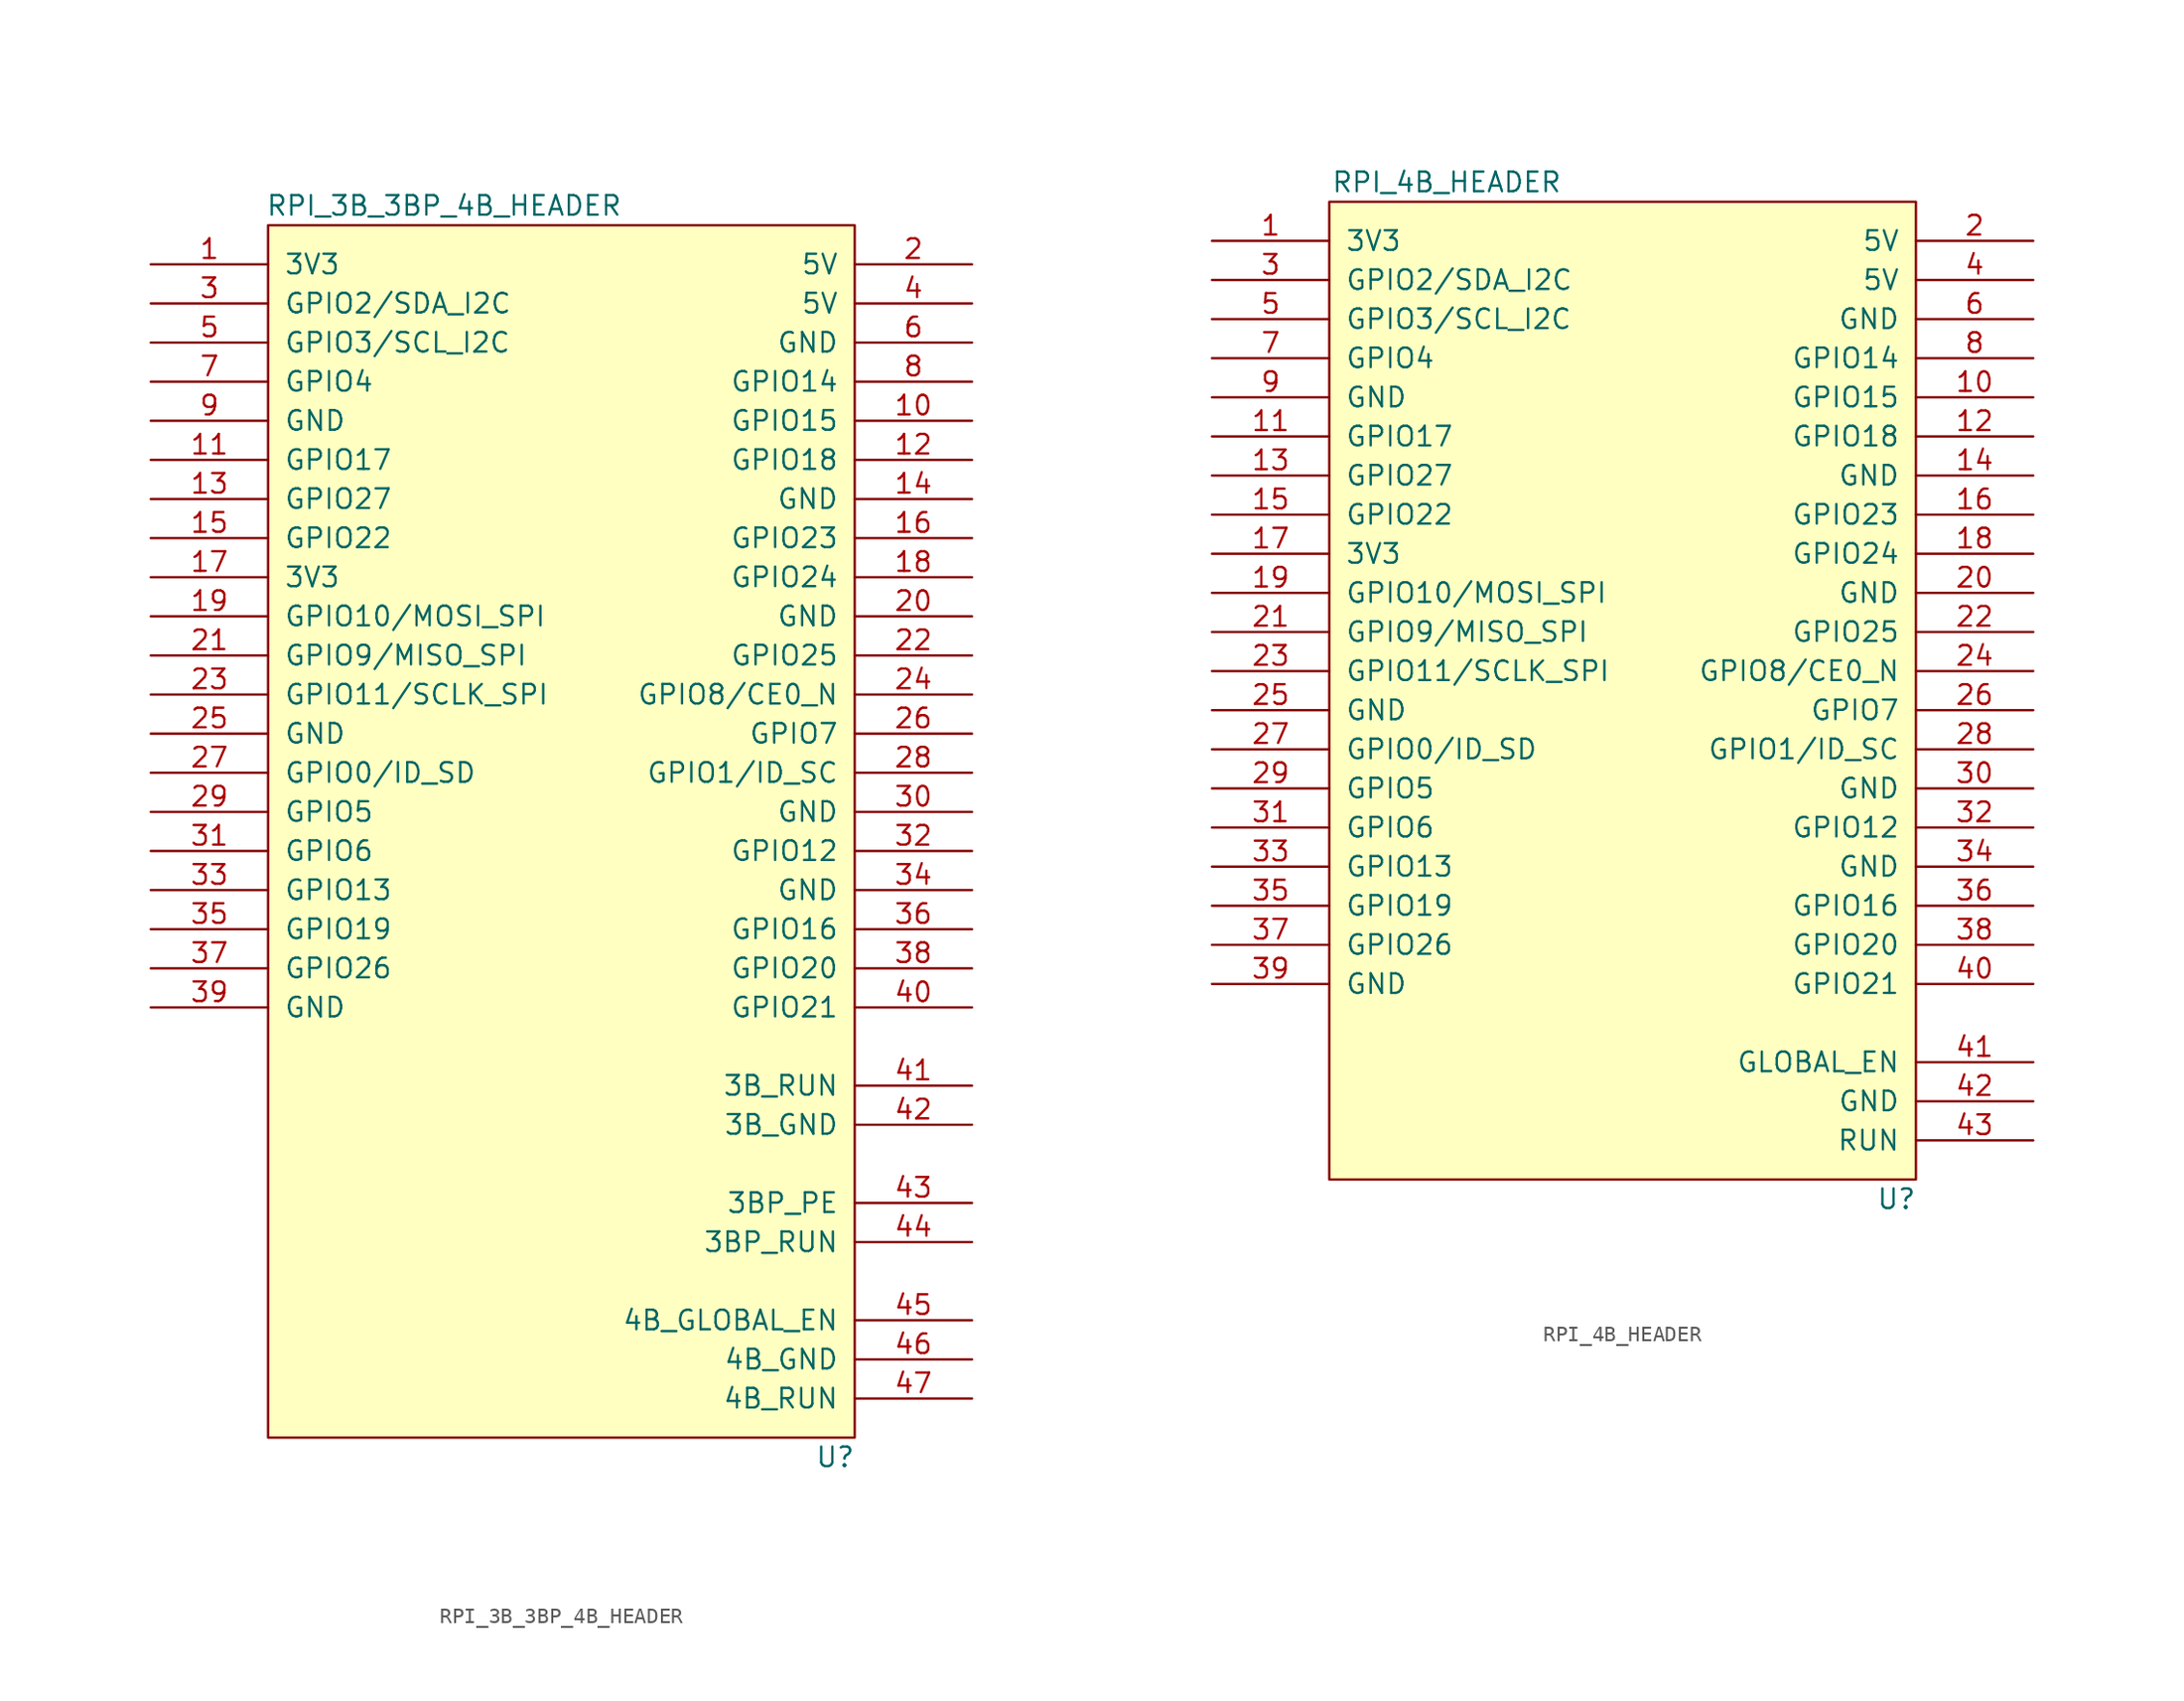
<source format=kicad_sym>
(kicad_symbol_lib
  (version 20211014)
  (generator kicad_symbol_editor)
  (symbol "RPI_3B_3BP_4B_HEADER"
    (pin_names
      (offset 1.016))
    (property "Reference" "U"
      (at 17.78 -80.01 0)
      (effects (font (size 1.27 1.27))))
    (property "Value" "RPI_3B_3BP_4B_HEADER"
      (at -7.62 1.27 0)
      (effects (font (size 1.27 1.27))))
    (symbol "RPI_3B_3BP_4B_HEADER_0_1"
      (rectangle (start -19.05 0) (end 19.05 -78.74) (stroke (width 0) (type default) (color 0 0 0 0)) (fill (type background))))
    (symbol "RPI_3B_3BP_4B_HEADER_1_1"
      (pin input line (at -26.67 -2.54 0) (length 7.62) (name "3V3" (effects (font (size 1.27 1.27)))) (number "1" (effects (font (size 1.27 1.27)))))
      (pin input line (at 26.67 -12.7 180) (length 7.62) (name "GPIO15" (effects (font (size 1.27 1.27)))) (number "10" (effects (font (size 1.27 1.27)))))
      (pin input line (at -26.67 -15.24 0) (length 7.62) (name "GPIO17" (effects (font (size 1.27 1.27)))) (number "11" (effects (font (size 1.27 1.27)))))
      (pin input line (at 26.67 -15.24 180) (length 7.62) (name "GPIO18" (effects (font (size 1.27 1.27)))) (number "12" (effects (font (size 1.27 1.27)))))
      (pin input line (at -26.67 -17.78 0) (length 7.62) (name "GPIO27" (effects (font (size 1.27 1.27)))) (number "13" (effects (font (size 1.27 1.27)))))
      (pin input line (at 26.67 -17.78 180) (length 7.62) (name "GND" (effects (font (size 1.27 1.27)))) (number "14" (effects (font (size 1.27 1.27)))))
      (pin input line (at -26.67 -20.32 0) (length 7.62) (name "GPIO22" (effects (font (size 1.27 1.27)))) (number "15" (effects (font (size 1.27 1.27)))))
      (pin input line (at 26.67 -20.32 180) (length 7.62) (name "GPIO23" (effects (font (size 1.27 1.27)))) (number "16" (effects (font (size 1.27 1.27)))))
      (pin input line (at -26.67 -22.86 0) (length 7.62) (name "3V3" (effects (font (size 1.27 1.27)))) (number "17" (effects (font (size 1.27 1.27)))))
      (pin input line (at 26.67 -22.86 180) (length 7.62) (name "GPIO24" (effects (font (size 1.27 1.27)))) (number "18" (effects (font (size 1.27 1.27)))))
      (pin input line (at -26.67 -25.4 0) (length 7.62) (name "GPIO10/MOSI_SPI" (effects (font (size 1.27 1.27)))) (number "19" (effects (font (size 1.27 1.27)))))
      (pin input line (at 26.67 -2.54 180) (length 7.62) (name "5V" (effects (font (size 1.27 1.27)))) (number "2" (effects (font (size 1.27 1.27)))))
      (pin input line (at 26.67 -25.4 180) (length 7.62) (name "GND" (effects (font (size 1.27 1.27)))) (number "20" (effects (font (size 1.27 1.27)))))
      (pin input line (at -26.67 -27.94 0) (length 7.62) (name "GPIO9/MISO_SPI" (effects (font (size 1.27 1.27)))) (number "21" (effects (font (size 1.27 1.27)))))
      (pin input line (at 26.67 -27.94 180) (length 7.62) (name "GPIO25" (effects (font (size 1.27 1.27)))) (number "22" (effects (font (size 1.27 1.27)))))
      (pin input line (at -26.67 -30.48 0) (length 7.62) (name "GPIO11/SCLK_SPI" (effects (font (size 1.27 1.27)))) (number "23" (effects (font (size 1.27 1.27)))))
      (pin input line (at 26.67 -30.48 180) (length 7.62) (name "GPIO8/CE0_N" (effects (font (size 1.27 1.27)))) (number "24" (effects (font (size 1.27 1.27)))))
      (pin input line (at -26.67 -33.02 0) (length 7.62) (name "GND" (effects (font (size 1.27 1.27)))) (number "25" (effects (font (size 1.27 1.27)))))
      (pin input line (at 26.67 -33.02 180) (length 7.62) (name "GPIO7" (effects (font (size 1.27 1.27)))) (number "26" (effects (font (size 1.27 1.27)))))
      (pin input line (at -26.67 -35.56 0) (length 7.62) (name "GPIO0/ID_SD" (effects (font (size 1.27 1.27)))) (number "27" (effects (font (size 1.27 1.27)))))
      (pin input line (at 26.67 -35.56 180) (length 7.62) (name "GPIO1/ID_SC" (effects (font (size 1.27 1.27)))) (number "28" (effects (font (size 1.27 1.27)))))
      (pin input line (at -26.67 -38.1 0) (length 7.62) (name "GPIO5" (effects (font (size 1.27 1.27)))) (number "29" (effects (font (size 1.27 1.27)))))
      (pin input line (at -26.67 -5.08 0) (length 7.62) (name "GPIO2/SDA_I2C" (effects (font (size 1.27 1.27)))) (number "3" (effects (font (size 1.27 1.27)))))
      (pin input line (at 26.67 -38.1 180) (length 7.62) (name "GND" (effects (font (size 1.27 1.27)))) (number "30" (effects (font (size 1.27 1.27)))))
      (pin input line (at -26.67 -40.64 0) (length 7.62) (name "GPIO6" (effects (font (size 1.27 1.27)))) (number "31" (effects (font (size 1.27 1.27)))))
      (pin input line (at 26.67 -40.64 180) (length 7.62) (name "GPIO12" (effects (font (size 1.27 1.27)))) (number "32" (effects (font (size 1.27 1.27)))))
      (pin input line (at -26.67 -43.18 0) (length 7.62) (name "GPIO13" (effects (font (size 1.27 1.27)))) (number "33" (effects (font (size 1.27 1.27)))))
      (pin input line (at 26.67 -43.18 180) (length 7.62) (name "GND" (effects (font (size 1.27 1.27)))) (number "34" (effects (font (size 1.27 1.27)))))
      (pin input line (at -26.67 -45.72 0) (length 7.62) (name "GPIO19" (effects (font (size 1.27 1.27)))) (number "35" (effects (font (size 1.27 1.27)))))
      (pin input line (at 26.67 -45.72 180) (length 7.62) (name "GPIO16" (effects (font (size 1.27 1.27)))) (number "36" (effects (font (size 1.27 1.27)))))
      (pin input line (at -26.67 -48.26 0) (length 7.62) (name "GPIO26" (effects (font (size 1.27 1.27)))) (number "37" (effects (font (size 1.27 1.27)))))
      (pin input line (at 26.67 -48.26 180) (length 7.62) (name "GPIO20" (effects (font (size 1.27 1.27)))) (number "38" (effects (font (size 1.27 1.27)))))
      (pin input line (at -26.67 -50.8 0) (length 7.62) (name "GND" (effects (font (size 1.27 1.27)))) (number "39" (effects (font (size 1.27 1.27)))))
      (pin input line (at 26.67 -5.08 180) (length 7.62) (name "5V" (effects (font (size 1.27 1.27)))) (number "4" (effects (font (size 1.27 1.27)))))
      (pin input line (at 26.67 -50.8 180) (length 7.62) (name "GPIO21" (effects (font (size 1.27 1.27)))) (number "40" (effects (font (size 1.27 1.27)))))
      (pin input line (at 26.67 -55.88 180) (length 7.62) (name "3B_RUN" (effects (font (size 1.27 1.27)))) (number "41" (effects (font (size 1.27 1.27)))))
      (pin input line (at 26.67 -58.42 180) (length 7.62) (name "3B_GND" (effects (font (size 1.27 1.27)))) (number "42" (effects (font (size 1.27 1.27)))))
      (pin input line (at 26.67 -63.5 180) (length 7.62) (name "3BP_PE" (effects (font (size 1.27 1.27)))) (number "43" (effects (font (size 1.27 1.27)))))
      (pin input line (at 26.67 -66.04 180) (length 7.62) (name "3BP_RUN" (effects (font (size 1.27 1.27)))) (number "44" (effects (font (size 1.27 1.27)))))
      (pin input line (at 26.67 -71.12 180) (length 7.62) (name "4B_GLOBAL_EN" (effects (font (size 1.27 1.27)))) (number "45" (effects (font (size 1.27 1.27)))))
      (pin input line (at 26.67 -73.66 180) (length 7.62) (name "4B_GND" (effects (font (size 1.27 1.27)))) (number "46" (effects (font (size 1.27 1.27)))))
      (pin input line (at 26.67 -76.2 180) (length 7.62) (name "4B_RUN" (effects (font (size 1.27 1.27)))) (number "47" (effects (font (size 1.27 1.27)))))
      (pin input line (at -26.67 -7.62 0) (length 7.62) (name "GPIO3/SCL_I2C" (effects (font (size 1.27 1.27)))) (number "5" (effects (font (size 1.27 1.27)))))
      (pin input line (at 26.67 -7.62 180) (length 7.62) (name "GND" (effects (font (size 1.27 1.27)))) (number "6" (effects (font (size 1.27 1.27)))))
      (pin input line (at -26.67 -10.16 0) (length 7.62) (name "GPIO4" (effects (font (size 1.27 1.27)))) (number "7" (effects (font (size 1.27 1.27)))))
      (pin input line (at 26.67 -10.16 180) (length 7.62) (name "GPIO14" (effects (font (size 1.27 1.27)))) (number "8" (effects (font (size 1.27 1.27)))))
      (pin input line (at -26.67 -12.7 0) (length 7.62) (name "GND" (effects (font (size 1.27 1.27)))) (number "9" (effects (font (size 1.27 1.27)))))))
  (symbol "RPI_4B_HEADER"
    (pin_names
      (offset 1.016))
    (property "Reference" "U"
      (at 17.78 -64.77 0)
      (effects (font (size 1.27 1.27))))
    (property "Value" "RPI_4B_HEADER"
      (at -11.43 1.27 0)
      (effects (font (size 1.27 1.27))))
    (symbol "RPI_4B_HEADER_0_1"
      (rectangle (start -19.05 0) (end 19.05 -63.5) (stroke (width 0) (type default) (color 0 0 0 0)) (fill (type background))))
    (symbol "RPI_4B_HEADER_1_1"
      (pin input line (at -26.67 -2.54 0) (length 7.62) (name "3V3" (effects (font (size 1.27 1.27)))) (number "1" (effects (font (size 1.27 1.27)))))
      (pin input line (at 26.67 -12.7 180) (length 7.62) (name "GPIO15" (effects (font (size 1.27 1.27)))) (number "10" (effects (font (size 1.27 1.27)))))
      (pin input line (at -26.67 -15.24 0) (length 7.62) (name "GPIO17" (effects (font (size 1.27 1.27)))) (number "11" (effects (font (size 1.27 1.27)))))
      (pin input line (at 26.67 -15.24 180) (length 7.62) (name "GPIO18" (effects (font (size 1.27 1.27)))) (number "12" (effects (font (size 1.27 1.27)))))
      (pin input line (at -26.67 -17.78 0) (length 7.62) (name "GPIO27" (effects (font (size 1.27 1.27)))) (number "13" (effects (font (size 1.27 1.27)))))
      (pin input line (at 26.67 -17.78 180) (length 7.62) (name "GND" (effects (font (size 1.27 1.27)))) (number "14" (effects (font (size 1.27 1.27)))))
      (pin input line (at -26.67 -20.32 0) (length 7.62) (name "GPIO22" (effects (font (size 1.27 1.27)))) (number "15" (effects (font (size 1.27 1.27)))))
      (pin input line (at 26.67 -20.32 180) (length 7.62) (name "GPIO23" (effects (font (size 1.27 1.27)))) (number "16" (effects (font (size 1.27 1.27)))))
      (pin input line (at -26.67 -22.86 0) (length 7.62) (name "3V3" (effects (font (size 1.27 1.27)))) (number "17" (effects (font (size 1.27 1.27)))))
      (pin input line (at 26.67 -22.86 180) (length 7.62) (name "GPIO24" (effects (font (size 1.27 1.27)))) (number "18" (effects (font (size 1.27 1.27)))))
      (pin input line (at -26.67 -25.4 0) (length 7.62) (name "GPIO10/MOSI_SPI" (effects (font (size 1.27 1.27)))) (number "19" (effects (font (size 1.27 1.27)))))
      (pin input line (at 26.67 -2.54 180) (length 7.62) (name "5V" (effects (font (size 1.27 1.27)))) (number "2" (effects (font (size 1.27 1.27)))))
      (pin input line (at 26.67 -25.4 180) (length 7.62) (name "GND" (effects (font (size 1.27 1.27)))) (number "20" (effects (font (size 1.27 1.27)))))
      (pin input line (at -26.67 -27.94 0) (length 7.62) (name "GPIO9/MISO_SPI" (effects (font (size 1.27 1.27)))) (number "21" (effects (font (size 1.27 1.27)))))
      (pin input line (at 26.67 -27.94 180) (length 7.62) (name "GPIO25" (effects (font (size 1.27 1.27)))) (number "22" (effects (font (size 1.27 1.27)))))
      (pin input line (at -26.67 -30.48 0) (length 7.62) (name "GPIO11/SCLK_SPI" (effects (font (size 1.27 1.27)))) (number "23" (effects (font (size 1.27 1.27)))))
      (pin input line (at 26.67 -30.48 180) (length 7.62) (name "GPIO8/CE0_N" (effects (font (size 1.27 1.27)))) (number "24" (effects (font (size 1.27 1.27)))))
      (pin input line (at -26.67 -33.02 0) (length 7.62) (name "GND" (effects (font (size 1.27 1.27)))) (number "25" (effects (font (size 1.27 1.27)))))
      (pin input line (at 26.67 -33.02 180) (length 7.62) (name "GPIO7" (effects (font (size 1.27 1.27)))) (number "26" (effects (font (size 1.27 1.27)))))
      (pin input line (at -26.67 -35.56 0) (length 7.62) (name "GPIO0/ID_SD" (effects (font (size 1.27 1.27)))) (number "27" (effects (font (size 1.27 1.27)))))
      (pin input line (at 26.67 -35.56 180) (length 7.62) (name "GPIO1/ID_SC" (effects (font (size 1.27 1.27)))) (number "28" (effects (font (size 1.27 1.27)))))
      (pin input line (at -26.67 -38.1 0) (length 7.62) (name "GPIO5" (effects (font (size 1.27 1.27)))) (number "29" (effects (font (size 1.27 1.27)))))
      (pin input line (at -26.67 -5.08 0) (length 7.62) (name "GPIO2/SDA_I2C" (effects (font (size 1.27 1.27)))) (number "3" (effects (font (size 1.27 1.27)))))
      (pin input line (at 26.67 -38.1 180) (length 7.62) (name "GND" (effects (font (size 1.27 1.27)))) (number "30" (effects (font (size 1.27 1.27)))))
      (pin input line (at -26.67 -40.64 0) (length 7.62) (name "GPIO6" (effects (font (size 1.27 1.27)))) (number "31" (effects (font (size 1.27 1.27)))))
      (pin input line (at 26.67 -40.64 180) (length 7.62) (name "GPIO12" (effects (font (size 1.27 1.27)))) (number "32" (effects (font (size 1.27 1.27)))))
      (pin input line (at -26.67 -43.18 0) (length 7.62) (name "GPIO13" (effects (font (size 1.27 1.27)))) (number "33" (effects (font (size 1.27 1.27)))))
      (pin input line (at 26.67 -43.18 180) (length 7.62) (name "GND" (effects (font (size 1.27 1.27)))) (number "34" (effects (font (size 1.27 1.27)))))
      (pin input line (at -26.67 -45.72 0) (length 7.62) (name "GPIO19" (effects (font (size 1.27 1.27)))) (number "35" (effects (font (size 1.27 1.27)))))
      (pin input line (at 26.67 -45.72 180) (length 7.62) (name "GPIO16" (effects (font (size 1.27 1.27)))) (number "36" (effects (font (size 1.27 1.27)))))
      (pin input line (at -26.67 -48.26 0) (length 7.62) (name "GPIO26" (effects (font (size 1.27 1.27)))) (number "37" (effects (font (size 1.27 1.27)))))
      (pin input line (at 26.67 -48.26 180) (length 7.62) (name "GPIO20" (effects (font (size 1.27 1.27)))) (number "38" (effects (font (size 1.27 1.27)))))
      (pin input line (at -26.67 -50.8 0) (length 7.62) (name "GND" (effects (font (size 1.27 1.27)))) (number "39" (effects (font (size 1.27 1.27)))))
      (pin input line (at 26.67 -5.08 180) (length 7.62) (name "5V" (effects (font (size 1.27 1.27)))) (number "4" (effects (font (size 1.27 1.27)))))
      (pin input line (at 26.67 -50.8 180) (length 7.62) (name "GPIO21" (effects (font (size 1.27 1.27)))) (number "40" (effects (font (size 1.27 1.27)))))
      (pin input line (at 26.67 -55.88 180) (length 7.62) (name "GLOBAL_EN" (effects (font (size 1.27 1.27)))) (number "41" (effects (font (size 1.27 1.27)))))
      (pin input line (at 26.67 -58.42 180) (length 7.62) (name "GND" (effects (font (size 1.27 1.27)))) (number "42" (effects (font (size 1.27 1.27)))))
      (pin input line (at 26.67 -60.96 180) (length 7.62) (name "RUN" (effects (font (size 1.27 1.27)))) (number "43" (effects (font (size 1.27 1.27)))))
      (pin input line (at -26.67 -7.62 0) (length 7.62) (name "GPIO3/SCL_I2C" (effects (font (size 1.27 1.27)))) (number "5" (effects (font (size 1.27 1.27)))))
      (pin input line (at 26.67 -7.62 180) (length 7.62) (name "GND" (effects (font (size 1.27 1.27)))) (number "6" (effects (font (size 1.27 1.27)))))
      (pin input line (at -26.67 -10.16 0) (length 7.62) (name "GPIO4" (effects (font (size 1.27 1.27)))) (number "7" (effects (font (size 1.27 1.27)))))
      (pin input line (at 26.67 -10.16 180) (length 7.62) (name "GPIO14" (effects (font (size 1.27 1.27)))) (number "8" (effects (font (size 1.27 1.27)))))
      (pin input line (at -26.67 -12.7 0) (length 7.62) (name "GND" (effects (font (size 1.27 1.27)))) (number "9" (effects (font (size 1.27 1.27))))))))
</source>
